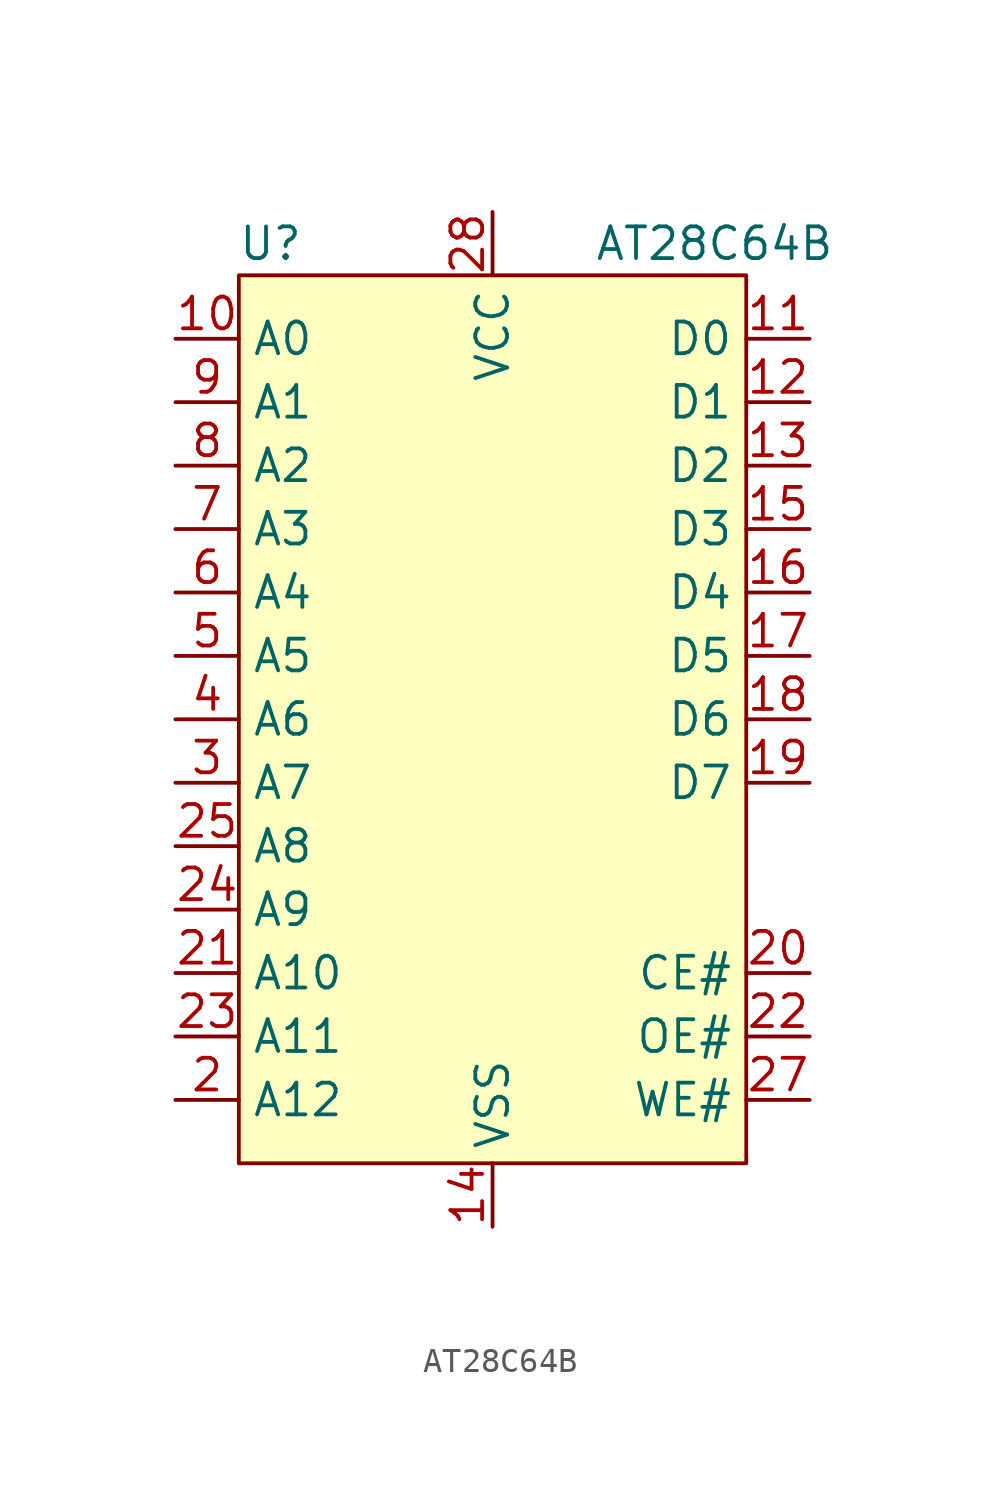
<source format=kicad_sym>
(kicad_symbol_lib
  (version 20220914)
  (generator kicad_symbol_editor)
  (symbol "AT28C64B"
    (property "Reference" "U"
      (at -8.89 19.05 0)
      (effects (font (size 1.27 1.27))))
    (property "Value" "AT28C64B"
      (at 8.89 19.05 0)
      (effects (font (size 1.27 1.27))))
    (symbol "AT28C64B_1_1"
      (rectangle (start -10.16 17.78) (end 10.16 -17.78) (stroke (width 0) (type default)) (fill (type background)))
      (pin input line (at -12.7 15.24 0) (length 2.54) (name "A0" (effects (font (size 1.27 1.27)))) (number "10" (effects (font (size 1.27 1.27)))))
      (pin tri_state line (at 12.7 15.24 180) (length 2.54) (name "D0" (effects (font (size 1.27 1.27)))) (number "11" (effects (font (size 1.27 1.27)))))
      (pin tri_state line (at 12.7 12.7 180) (length 2.54) (name "D1" (effects (font (size 1.27 1.27)))) (number "12" (effects (font (size 1.27 1.27)))))
      (pin tri_state line (at 12.7 10.16 180) (length 2.54) (name "D2" (effects (font (size 1.27 1.27)))) (number "13" (effects (font (size 1.27 1.27)))))
      (pin power_in line (at 0 -20.32 90) (length 2.54) (name "VSS" (effects (font (size 1.27 1.27)))) (number "14" (effects (font (size 1.27 1.27)))))
      (pin tri_state line (at 12.7 7.62 180) (length 2.54) (name "D3" (effects (font (size 1.27 1.27)))) (number "15" (effects (font (size 1.27 1.27)))))
      (pin tri_state line (at 12.7 5.08 180) (length 2.54) (name "D4" (effects (font (size 1.27 1.27)))) (number "16" (effects (font (size 1.27 1.27)))))
      (pin tri_state line (at 12.7 2.54 180) (length 2.54) (name "D5" (effects (font (size 1.27 1.27)))) (number "17" (effects (font (size 1.27 1.27)))))
      (pin tri_state line (at 12.7 0 180) (length 2.54) (name "D6" (effects (font (size 1.27 1.27)))) (number "18" (effects (font (size 1.27 1.27)))))
      (pin tri_state line (at 12.7 -2.54 180) (length 2.54) (name "D7" (effects (font (size 1.27 1.27)))) (number "19" (effects (font (size 1.27 1.27)))))
      (pin input line (at -12.7 -15.24 0) (length 2.54) (name "A12" (effects (font (size 1.27 1.27)))) (number "2" (effects (font (size 1.27 1.27)))))
      (pin input line (at 12.7 -10.16 180) (length 2.54) (name "CE#" (effects (font (size 1.27 1.27)))) (number "20" (effects (font (size 1.27 1.27)))))
      (pin input line (at -12.7 -10.16 0) (length 2.54) (name "A10" (effects (font (size 1.27 1.27)))) (number "21" (effects (font (size 1.27 1.27)))))
      (pin input line (at 12.7 -12.7 180) (length 2.54) (name "OE#" (effects (font (size 1.27 1.27)))) (number "22" (effects (font (size 1.27 1.27)))))
      (pin input line (at -12.7 -12.7 0) (length 2.54) (name "A11" (effects (font (size 1.27 1.27)))) (number "23" (effects (font (size 1.27 1.27)))))
      (pin input line (at -12.7 -7.62 0) (length 2.54) (name "A9" (effects (font (size 1.27 1.27)))) (number "24" (effects (font (size 1.27 1.27)))))
      (pin input line (at -12.7 -5.08 0) (length 2.54) (name "A8" (effects (font (size 1.27 1.27)))) (number "25" (effects (font (size 1.27 1.27)))))
      (pin input line (at 12.7 -15.24 180) (length 2.54) (name "WE#" (effects (font (size 1.27 1.27)))) (number "27" (effects (font (size 1.27 1.27)))))
      (pin power_in line (at 0 20.32 270) (length 2.54) (name "VCC" (effects (font (size 1.27 1.27)))) (number "28" (effects (font (size 1.27 1.27)))))
      (pin input line (at -12.7 -2.54 0) (length 2.54) (name "A7" (effects (font (size 1.27 1.27)))) (number "3" (effects (font (size 1.27 1.27)))))
      (pin input line (at -12.7 0 0) (length 2.54) (name "A6" (effects (font (size 1.27 1.27)))) (number "4" (effects (font (size 1.27 1.27)))))
      (pin input line (at -12.7 2.54 0) (length 2.54) (name "A5" (effects (font (size 1.27 1.27)))) (number "5" (effects (font (size 1.27 1.27)))))
      (pin input line (at -12.7 5.08 0) (length 2.54) (name "A4" (effects (font (size 1.27 1.27)))) (number "6" (effects (font (size 1.27 1.27)))))
      (pin input line (at -12.7 7.62 0) (length 2.54) (name "A3" (effects (font (size 1.27 1.27)))) (number "7" (effects (font (size 1.27 1.27)))))
      (pin input line (at -12.7 10.16 0) (length 2.54) (name "A2" (effects (font (size 1.27 1.27)))) (number "8" (effects (font (size 1.27 1.27)))))
      (pin input line (at -12.7 12.7 0) (length 2.54) (name "A1" (effects (font (size 1.27 1.27)))) (number "9" (effects (font (size 1.27 1.27))))))))
</source>
